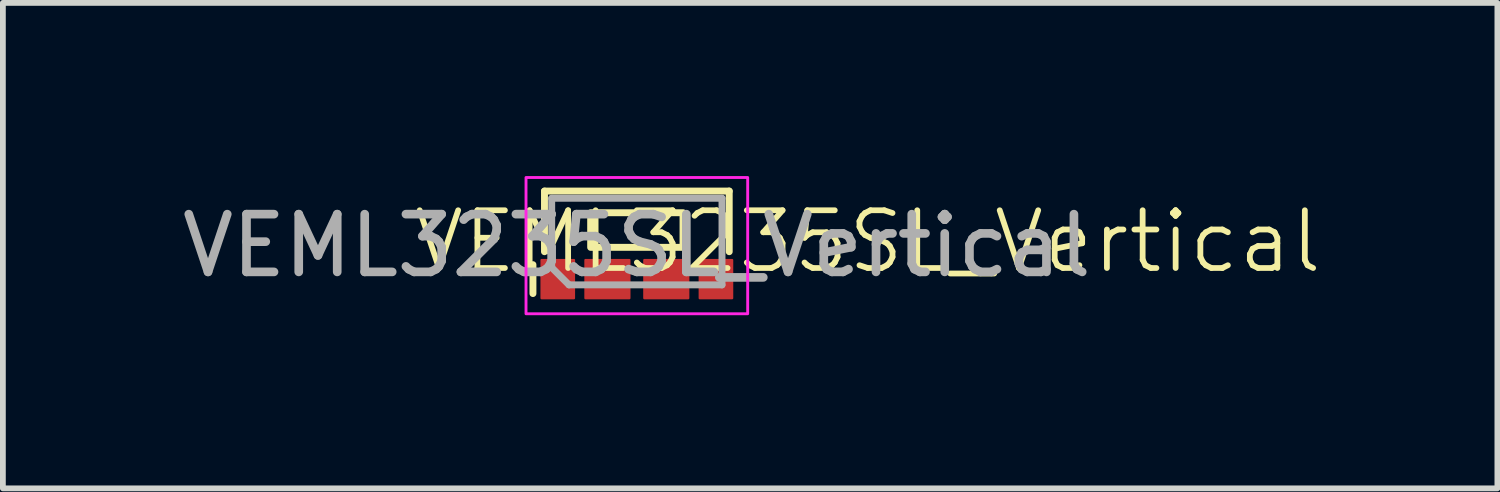
<source format=kicad_pcb>
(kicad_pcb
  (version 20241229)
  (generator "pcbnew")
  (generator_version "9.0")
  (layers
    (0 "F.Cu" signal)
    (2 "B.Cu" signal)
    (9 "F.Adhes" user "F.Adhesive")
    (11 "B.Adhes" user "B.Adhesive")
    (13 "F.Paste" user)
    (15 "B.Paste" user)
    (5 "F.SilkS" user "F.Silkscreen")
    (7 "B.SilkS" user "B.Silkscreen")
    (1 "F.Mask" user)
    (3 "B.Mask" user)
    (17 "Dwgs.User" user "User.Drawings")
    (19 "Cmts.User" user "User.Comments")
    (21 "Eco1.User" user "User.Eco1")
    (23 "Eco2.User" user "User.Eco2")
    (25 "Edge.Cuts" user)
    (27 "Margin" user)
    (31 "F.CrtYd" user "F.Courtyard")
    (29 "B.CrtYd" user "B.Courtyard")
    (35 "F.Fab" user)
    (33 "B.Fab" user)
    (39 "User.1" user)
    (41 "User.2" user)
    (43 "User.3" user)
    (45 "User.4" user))
  (footprint "VEML3235SL_Vertical"
    (layer "F.Cu")
    (at 7.982 1.135)
    (property "Reference" "VEML3235SL_Vertical" (at 4 0 0) (unlocked yes) (layer "F.SilkS") (effects (font (size 1 1) (thickness 0.1))))
    (attr through_hole)
    (fp_line (start -1.8 0.9) (end -1.8 0.4) (stroke (width 0.12) (type solid)) (layer "F.SilkS"))
    (fp_line (start -1.6 -0.875) (end 1.6 -0.875) (stroke (width 0.12) (type solid)) (layer "F.SilkS"))
    (fp_line (start -1.6 0.175) (end -1.6 -0.875) (stroke (width 0.12) (type solid)) (layer "F.SilkS"))
    (fp_line (start 1.6 0.175) (end 1.6 -0.875) (stroke (width 0.12) (type solid)) (layer "F.SilkS"))
    (fp_rect (start -0.8 -0.5) (end 0.8 0.1) (stroke (width 0.12) (type default)) (fill no) (layer "F.SilkS"))
    (fp_rect (start -1.92 -1.11) (end 1.92 1.25) (stroke (width 0.05) (type default)) (fill no) (layer "F.CrtYd"))
    (fp_line (start -1.475 -0.75) (end -1.475 0.45) (stroke (width 0.12) (type solid)) (layer "F.Fab"))
    (fp_line (start -1.475 -0.75) (end 1.475 -0.75) (stroke (width 0.12) (type solid)) (layer "F.Fab"))
    (fp_line (start -1.475 0.45) (end -1.175 0.75) (stroke (width 0.12) (type solid)) (layer "F.Fab"))
    (fp_line (start -1.175 0.75) (end 1.475 0.75) (stroke (width 0.12) (type solid)) (layer "F.Fab"))
    (fp_line (start 1.475 -0.75) (end 1.475 0.75) (stroke (width 0.12) (type solid)) (layer "F.Fab"))
    (fp_text user "${REFERENCE}" (at 0 0.07 0) (unlocked yes) (layer "F.Fab") (effects (font (size 1 1) (thickness 0.15))))
    (pad "1" smd roundrect (at -1.37 0.65) (size 0.6 0.7) (layers "F.Cu" "F.Mask" "F.Paste") (roundrect_rratio 0.033))
    (pad "2" smd roundrect (at -0.51 0.65) (size 0.8 0.7) (layers "F.Cu" "F.Mask" "F.Paste") (roundrect_rratio 0.029))
    (pad "3" smd roundrect (at 0.51 0.65) (size 0.8 0.7) (layers "F.Cu" "F.Mask" "F.Paste") (roundrect_rratio 0.029))
    (pad "4" smd roundrect (at 1.37 0.65) (size 0.6 0.7) (layers "F.Cu" "F.Mask" "F.Paste") (roundrect_rratio 0.033)))
  (gr_rect
    (start -3 -3)
    (end 22.889 5.41)
    (stroke (width 0.1) (type default))
    (fill no)
    (layer "Edge.Cuts")))
</source>
